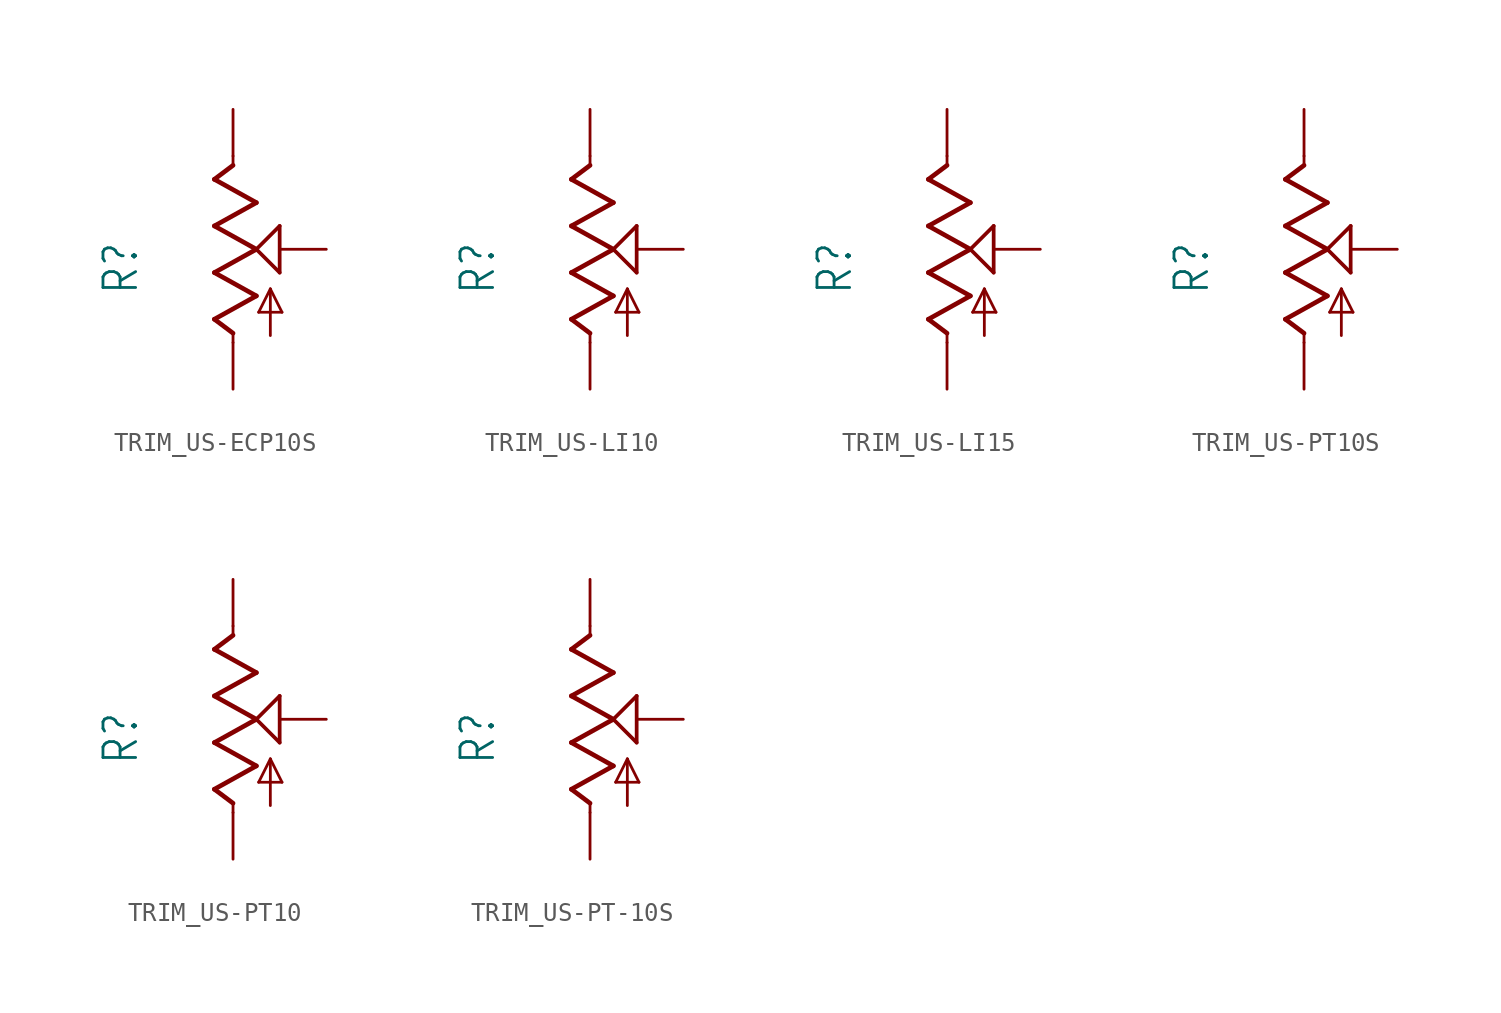
<source format=kicad_sym>
(kicad_symbol_lib
  (version 20241209)
  (generator "kicad_symbol_editor")
  (generator_version "9.0")
  (symbol "TRIM_US-ECP10S"
    (property "Reference" "R"
      (at -5.08 -2.54 90)
      (effects (font (size 1.778 1.511)) (justify left bottom)))
    (property "Value" ""
      (at -2.54 -2.54 90)
      (effects (font (size 1.778 1.511)) (justify left bottom)))
    (property "ki_locked" ""
      (at 0 0 0)
      (effects (font (size 1.27 1.27))))
    (symbol "TRIM_US-ECP10S_1_0"
      (polyline (pts (xy -1.016 3.81) (xy 0 4.572)) (stroke (width 0.254) (type solid)) (fill (type none)))
      (polyline (pts (xy -1.016 1.27) (xy 1.27 2.54)) (stroke (width 0.254) (type solid)) (fill (type none)))
      (polyline (pts (xy -1.016 -1.27) (xy 1.27 0)) (stroke (width 0.254) (type solid)) (fill (type none)))
      (polyline (pts (xy -1.016 -3.81) (xy 1.27 -2.54)) (stroke (width 0.254) (type solid)) (fill (type none)))
      (polyline (pts (xy 0 4.572) (xy 0 5.08)) (stroke (width 0.152) (type solid)) (fill (type none)))
      (polyline (pts (xy 0 -4.572) (xy -1.016 -3.81)) (stroke (width 0.254) (type solid)) (fill (type none)))
      (polyline (pts (xy 0 -5.08) (xy 0 -4.572)) (stroke (width 0.152) (type solid)) (fill (type none)))
      (polyline (pts (xy 1.27 2.54) (xy -1.016 3.81)) (stroke (width 0.254) (type solid)) (fill (type none)))
      (polyline (pts (xy 1.27 0) (xy -1.016 1.27)) (stroke (width 0.254) (type solid)) (fill (type none)))
      (polyline (pts (xy 1.27 0) (xy 2.54 1.27)) (stroke (width 0.203) (type solid)) (fill (type none)))
      (polyline (pts (xy 1.27 -2.54) (xy -1.016 -1.27)) (stroke (width 0.254) (type solid)) (fill (type none)))
      (polyline (pts (xy 1.397 -3.429) (xy 2.032 -2.159)) (stroke (width 0.152) (type solid)) (fill (type none)))
      (polyline (pts (xy 2.032 -2.159) (xy 2.667 -3.429)) (stroke (width 0.152) (type solid)) (fill (type none)))
      (polyline (pts (xy 2.032 -4.699) (xy 2.032 -2.159)) (stroke (width 0.152) (type solid)) (fill (type none)))
      (polyline (pts (xy 2.54 1.27) (xy 2.54 -1.27)) (stroke (width 0.203) (type solid)) (fill (type none)))
      (polyline (pts (xy 2.54 -1.27) (xy 1.27 0)) (stroke (width 0.203) (type solid)) (fill (type none)))
      (polyline (pts (xy 2.667 -3.429) (xy 1.397 -3.429)) (stroke (width 0.152) (type solid)) (fill (type none)))
      (pin passive line (at 0 7.62 270) (length 2.54) (name "E" (effects (font (size 0 0)))) (number "E" (effects (font (size 0 0)))))
      (pin passive line (at 0 -7.62 90) (length 2.54) (name "A" (effects (font (size 0 0)))) (number "A" (effects (font (size 0 0)))))
      (pin passive line (at 5.08 0 180) (length 2.54) (name "S" (effects (font (size 0 0)))) (number "S" (effects (font (size 0 0)))))))
  (symbol "TRIM_US-LI10"
    (property "Reference" "R"
      (at -5.08 -2.54 90)
      (effects (font (size 1.778 1.511)) (justify left bottom)))
    (property "Value" ""
      (at -2.54 -2.54 90)
      (effects (font (size 1.778 1.511)) (justify left bottom)))
    (property "ki_locked" ""
      (at 0 0 0)
      (effects (font (size 1.27 1.27))))
    (symbol "TRIM_US-LI10_1_0"
      (polyline (pts (xy -1.016 3.81) (xy 0 4.572)) (stroke (width 0.254) (type solid)) (fill (type none)))
      (polyline (pts (xy -1.016 1.27) (xy 1.27 2.54)) (stroke (width 0.254) (type solid)) (fill (type none)))
      (polyline (pts (xy -1.016 -1.27) (xy 1.27 0)) (stroke (width 0.254) (type solid)) (fill (type none)))
      (polyline (pts (xy -1.016 -3.81) (xy 1.27 -2.54)) (stroke (width 0.254) (type solid)) (fill (type none)))
      (polyline (pts (xy 0 4.572) (xy 0 5.08)) (stroke (width 0.152) (type solid)) (fill (type none)))
      (polyline (pts (xy 0 -4.572) (xy -1.016 -3.81)) (stroke (width 0.254) (type solid)) (fill (type none)))
      (polyline (pts (xy 0 -5.08) (xy 0 -4.572)) (stroke (width 0.152) (type solid)) (fill (type none)))
      (polyline (pts (xy 1.27 2.54) (xy -1.016 3.81)) (stroke (width 0.254) (type solid)) (fill (type none)))
      (polyline (pts (xy 1.27 0) (xy -1.016 1.27)) (stroke (width 0.254) (type solid)) (fill (type none)))
      (polyline (pts (xy 1.27 0) (xy 2.54 1.27)) (stroke (width 0.203) (type solid)) (fill (type none)))
      (polyline (pts (xy 1.27 -2.54) (xy -1.016 -1.27)) (stroke (width 0.254) (type solid)) (fill (type none)))
      (polyline (pts (xy 1.397 -3.429) (xy 2.032 -2.159)) (stroke (width 0.152) (type solid)) (fill (type none)))
      (polyline (pts (xy 2.032 -2.159) (xy 2.667 -3.429)) (stroke (width 0.152) (type solid)) (fill (type none)))
      (polyline (pts (xy 2.032 -4.699) (xy 2.032 -2.159)) (stroke (width 0.152) (type solid)) (fill (type none)))
      (polyline (pts (xy 2.54 1.27) (xy 2.54 -1.27)) (stroke (width 0.203) (type solid)) (fill (type none)))
      (polyline (pts (xy 2.54 -1.27) (xy 1.27 0)) (stroke (width 0.203) (type solid)) (fill (type none)))
      (polyline (pts (xy 2.667 -3.429) (xy 1.397 -3.429)) (stroke (width 0.152) (type solid)) (fill (type none)))
      (pin passive line (at 0 7.62 270) (length 2.54) (name "E" (effects (font (size 0 0)))) (number "E" (effects (font (size 0 0)))))
      (pin passive line (at 0 -7.62 90) (length 2.54) (name "A" (effects (font (size 0 0)))) (number "A" (effects (font (size 0 0)))))
      (pin passive line (at 5.08 0 180) (length 2.54) (name "S" (effects (font (size 0 0)))) (number "S" (effects (font (size 0 0)))))))
  (symbol "TRIM_US-LI15"
    (property "Reference" "R"
      (at -5.08 -2.54 90)
      (effects (font (size 1.778 1.511)) (justify left bottom)))
    (property "Value" ""
      (at -2.54 -2.54 90)
      (effects (font (size 1.778 1.511)) (justify left bottom)))
    (property "ki_locked" ""
      (at 0 0 0)
      (effects (font (size 1.27 1.27))))
    (symbol "TRIM_US-LI15_1_0"
      (polyline (pts (xy -1.016 3.81) (xy 0 4.572)) (stroke (width 0.254) (type solid)) (fill (type none)))
      (polyline (pts (xy -1.016 1.27) (xy 1.27 2.54)) (stroke (width 0.254) (type solid)) (fill (type none)))
      (polyline (pts (xy -1.016 -1.27) (xy 1.27 0)) (stroke (width 0.254) (type solid)) (fill (type none)))
      (polyline (pts (xy -1.016 -3.81) (xy 1.27 -2.54)) (stroke (width 0.254) (type solid)) (fill (type none)))
      (polyline (pts (xy 0 4.572) (xy 0 5.08)) (stroke (width 0.152) (type solid)) (fill (type none)))
      (polyline (pts (xy 0 -4.572) (xy -1.016 -3.81)) (stroke (width 0.254) (type solid)) (fill (type none)))
      (polyline (pts (xy 0 -5.08) (xy 0 -4.572)) (stroke (width 0.152) (type solid)) (fill (type none)))
      (polyline (pts (xy 1.27 2.54) (xy -1.016 3.81)) (stroke (width 0.254) (type solid)) (fill (type none)))
      (polyline (pts (xy 1.27 0) (xy -1.016 1.27)) (stroke (width 0.254) (type solid)) (fill (type none)))
      (polyline (pts (xy 1.27 0) (xy 2.54 1.27)) (stroke (width 0.203) (type solid)) (fill (type none)))
      (polyline (pts (xy 1.27 -2.54) (xy -1.016 -1.27)) (stroke (width 0.254) (type solid)) (fill (type none)))
      (polyline (pts (xy 1.397 -3.429) (xy 2.032 -2.159)) (stroke (width 0.152) (type solid)) (fill (type none)))
      (polyline (pts (xy 2.032 -2.159) (xy 2.667 -3.429)) (stroke (width 0.152) (type solid)) (fill (type none)))
      (polyline (pts (xy 2.032 -4.699) (xy 2.032 -2.159)) (stroke (width 0.152) (type solid)) (fill (type none)))
      (polyline (pts (xy 2.54 1.27) (xy 2.54 -1.27)) (stroke (width 0.203) (type solid)) (fill (type none)))
      (polyline (pts (xy 2.54 -1.27) (xy 1.27 0)) (stroke (width 0.203) (type solid)) (fill (type none)))
      (polyline (pts (xy 2.667 -3.429) (xy 1.397 -3.429)) (stroke (width 0.152) (type solid)) (fill (type none)))
      (pin passive line (at 0 7.62 270) (length 2.54) (name "E" (effects (font (size 0 0)))) (number "E" (effects (font (size 0 0)))))
      (pin passive line (at 0 -7.62 90) (length 2.54) (name "A" (effects (font (size 0 0)))) (number "A" (effects (font (size 0 0)))))
      (pin passive line (at 5.08 0 180) (length 2.54) (name "S" (effects (font (size 0 0)))) (number "S" (effects (font (size 0 0)))))))
  (symbol "TRIM_US-PT10S"
    (property "Reference" "R"
      (at -5.08 -2.54 90)
      (effects (font (size 1.778 1.511)) (justify left bottom)))
    (property "Value" ""
      (at -2.54 -2.54 90)
      (effects (font (size 1.778 1.511)) (justify left bottom)))
    (property "ki_locked" ""
      (at 0 0 0)
      (effects (font (size 1.27 1.27))))
    (symbol "TRIM_US-PT10S_1_0"
      (polyline (pts (xy -1.016 3.81) (xy 0 4.572)) (stroke (width 0.254) (type solid)) (fill (type none)))
      (polyline (pts (xy -1.016 1.27) (xy 1.27 2.54)) (stroke (width 0.254) (type solid)) (fill (type none)))
      (polyline (pts (xy -1.016 -1.27) (xy 1.27 0)) (stroke (width 0.254) (type solid)) (fill (type none)))
      (polyline (pts (xy -1.016 -3.81) (xy 1.27 -2.54)) (stroke (width 0.254) (type solid)) (fill (type none)))
      (polyline (pts (xy 0 4.572) (xy 0 5.08)) (stroke (width 0.152) (type solid)) (fill (type none)))
      (polyline (pts (xy 0 -4.572) (xy -1.016 -3.81)) (stroke (width 0.254) (type solid)) (fill (type none)))
      (polyline (pts (xy 0 -5.08) (xy 0 -4.572)) (stroke (width 0.152) (type solid)) (fill (type none)))
      (polyline (pts (xy 1.27 2.54) (xy -1.016 3.81)) (stroke (width 0.254) (type solid)) (fill (type none)))
      (polyline (pts (xy 1.27 0) (xy -1.016 1.27)) (stroke (width 0.254) (type solid)) (fill (type none)))
      (polyline (pts (xy 1.27 0) (xy 2.54 1.27)) (stroke (width 0.203) (type solid)) (fill (type none)))
      (polyline (pts (xy 1.27 -2.54) (xy -1.016 -1.27)) (stroke (width 0.254) (type solid)) (fill (type none)))
      (polyline (pts (xy 1.397 -3.429) (xy 2.032 -2.159)) (stroke (width 0.152) (type solid)) (fill (type none)))
      (polyline (pts (xy 2.032 -2.159) (xy 2.667 -3.429)) (stroke (width 0.152) (type solid)) (fill (type none)))
      (polyline (pts (xy 2.032 -4.699) (xy 2.032 -2.159)) (stroke (width 0.152) (type solid)) (fill (type none)))
      (polyline (pts (xy 2.54 1.27) (xy 2.54 -1.27)) (stroke (width 0.203) (type solid)) (fill (type none)))
      (polyline (pts (xy 2.54 -1.27) (xy 1.27 0)) (stroke (width 0.203) (type solid)) (fill (type none)))
      (polyline (pts (xy 2.667 -3.429) (xy 1.397 -3.429)) (stroke (width 0.152) (type solid)) (fill (type none)))
      (pin passive line (at 0 7.62 270) (length 2.54) (name "E" (effects (font (size 0 0)))) (number "E" (effects (font (size 0 0)))))
      (pin passive line (at 0 -7.62 90) (length 2.54) (name "A" (effects (font (size 0 0)))) (number "A" (effects (font (size 0 0)))))
      (pin passive line (at 5.08 0 180) (length 2.54) (name "S" (effects (font (size 0 0)))) (number "S" (effects (font (size 0 0)))))))
  (symbol "TRIM_US-PT10"
    (property "Reference" "R"
      (at -5.08 -2.54 90)
      (effects (font (size 1.778 1.511)) (justify left bottom)))
    (property "Value" ""
      (at -2.54 -2.54 90)
      (effects (font (size 1.778 1.511)) (justify left bottom)))
    (property "ki_locked" ""
      (at 0 0 0)
      (effects (font (size 1.27 1.27))))
    (symbol "TRIM_US-PT10_1_0"
      (polyline (pts (xy -1.016 3.81) (xy 0 4.572)) (stroke (width 0.254) (type solid)) (fill (type none)))
      (polyline (pts (xy -1.016 1.27) (xy 1.27 2.54)) (stroke (width 0.254) (type solid)) (fill (type none)))
      (polyline (pts (xy -1.016 -1.27) (xy 1.27 0)) (stroke (width 0.254) (type solid)) (fill (type none)))
      (polyline (pts (xy -1.016 -3.81) (xy 1.27 -2.54)) (stroke (width 0.254) (type solid)) (fill (type none)))
      (polyline (pts (xy 0 4.572) (xy 0 5.08)) (stroke (width 0.152) (type solid)) (fill (type none)))
      (polyline (pts (xy 0 -4.572) (xy -1.016 -3.81)) (stroke (width 0.254) (type solid)) (fill (type none)))
      (polyline (pts (xy 0 -5.08) (xy 0 -4.572)) (stroke (width 0.152) (type solid)) (fill (type none)))
      (polyline (pts (xy 1.27 2.54) (xy -1.016 3.81)) (stroke (width 0.254) (type solid)) (fill (type none)))
      (polyline (pts (xy 1.27 0) (xy -1.016 1.27)) (stroke (width 0.254) (type solid)) (fill (type none)))
      (polyline (pts (xy 1.27 0) (xy 2.54 1.27)) (stroke (width 0.203) (type solid)) (fill (type none)))
      (polyline (pts (xy 1.27 -2.54) (xy -1.016 -1.27)) (stroke (width 0.254) (type solid)) (fill (type none)))
      (polyline (pts (xy 1.397 -3.429) (xy 2.032 -2.159)) (stroke (width 0.152) (type solid)) (fill (type none)))
      (polyline (pts (xy 2.032 -2.159) (xy 2.667 -3.429)) (stroke (width 0.152) (type solid)) (fill (type none)))
      (polyline (pts (xy 2.032 -4.699) (xy 2.032 -2.159)) (stroke (width 0.152) (type solid)) (fill (type none)))
      (polyline (pts (xy 2.54 1.27) (xy 2.54 -1.27)) (stroke (width 0.203) (type solid)) (fill (type none)))
      (polyline (pts (xy 2.54 -1.27) (xy 1.27 0)) (stroke (width 0.203) (type solid)) (fill (type none)))
      (polyline (pts (xy 2.667 -3.429) (xy 1.397 -3.429)) (stroke (width 0.152) (type solid)) (fill (type none)))
      (pin passive line (at 0 7.62 270) (length 2.54) (name "E" (effects (font (size 0 0)))) (number "E" (effects (font (size 0 0)))))
      (pin passive line (at 0 -7.62 90) (length 2.54) (name "A" (effects (font (size 0 0)))) (number "A" (effects (font (size 0 0)))))
      (pin passive line (at 5.08 0 180) (length 2.54) (name "S" (effects (font (size 0 0)))) (number "S" (effects (font (size 0 0)))))))
  (symbol "TRIM_US-PT-10S"
    (property "Reference" "R"
      (at -5.08 -2.54 90)
      (effects (font (size 1.778 1.511)) (justify left bottom)))
    (property "Value" ""
      (at -2.54 -2.54 90)
      (effects (font (size 1.778 1.511)) (justify left bottom)))
    (property "ki_locked" ""
      (at 0 0 0)
      (effects (font (size 1.27 1.27))))
    (symbol "TRIM_US-PT-10S_1_0"
      (polyline (pts (xy -1.016 3.81) (xy 0 4.572)) (stroke (width 0.254) (type solid)) (fill (type none)))
      (polyline (pts (xy -1.016 1.27) (xy 1.27 2.54)) (stroke (width 0.254) (type solid)) (fill (type none)))
      (polyline (pts (xy -1.016 -1.27) (xy 1.27 0)) (stroke (width 0.254) (type solid)) (fill (type none)))
      (polyline (pts (xy -1.016 -3.81) (xy 1.27 -2.54)) (stroke (width 0.254) (type solid)) (fill (type none)))
      (polyline (pts (xy 0 4.572) (xy 0 5.08)) (stroke (width 0.152) (type solid)) (fill (type none)))
      (polyline (pts (xy 0 -4.572) (xy -1.016 -3.81)) (stroke (width 0.254) (type solid)) (fill (type none)))
      (polyline (pts (xy 0 -5.08) (xy 0 -4.572)) (stroke (width 0.152) (type solid)) (fill (type none)))
      (polyline (pts (xy 1.27 2.54) (xy -1.016 3.81)) (stroke (width 0.254) (type solid)) (fill (type none)))
      (polyline (pts (xy 1.27 0) (xy -1.016 1.27)) (stroke (width 0.254) (type solid)) (fill (type none)))
      (polyline (pts (xy 1.27 0) (xy 2.54 1.27)) (stroke (width 0.203) (type solid)) (fill (type none)))
      (polyline (pts (xy 1.27 -2.54) (xy -1.016 -1.27)) (stroke (width 0.254) (type solid)) (fill (type none)))
      (polyline (pts (xy 1.397 -3.429) (xy 2.032 -2.159)) (stroke (width 0.152) (type solid)) (fill (type none)))
      (polyline (pts (xy 2.032 -2.159) (xy 2.667 -3.429)) (stroke (width 0.152) (type solid)) (fill (type none)))
      (polyline (pts (xy 2.032 -4.699) (xy 2.032 -2.159)) (stroke (width 0.152) (type solid)) (fill (type none)))
      (polyline (pts (xy 2.54 1.27) (xy 2.54 -1.27)) (stroke (width 0.203) (type solid)) (fill (type none)))
      (polyline (pts (xy 2.54 -1.27) (xy 1.27 0)) (stroke (width 0.203) (type solid)) (fill (type none)))
      (polyline (pts (xy 2.667 -3.429) (xy 1.397 -3.429)) (stroke (width 0.152) (type solid)) (fill (type none)))
      (pin passive line (at 0 7.62 270) (length 2.54) (name "E" (effects (font (size 0 0)))) (number "E" (effects (font (size 0 0)))))
      (pin passive line (at 0 -7.62 90) (length 2.54) (name "A" (effects (font (size 0 0)))) (number "A" (effects (font (size 0 0)))))
      (pin passive line (at 5.08 0 180) (length 2.54) (name "S" (effects (font (size 0 0)))) (number "S" (effects (font (size 0 0))))))))
</source>
